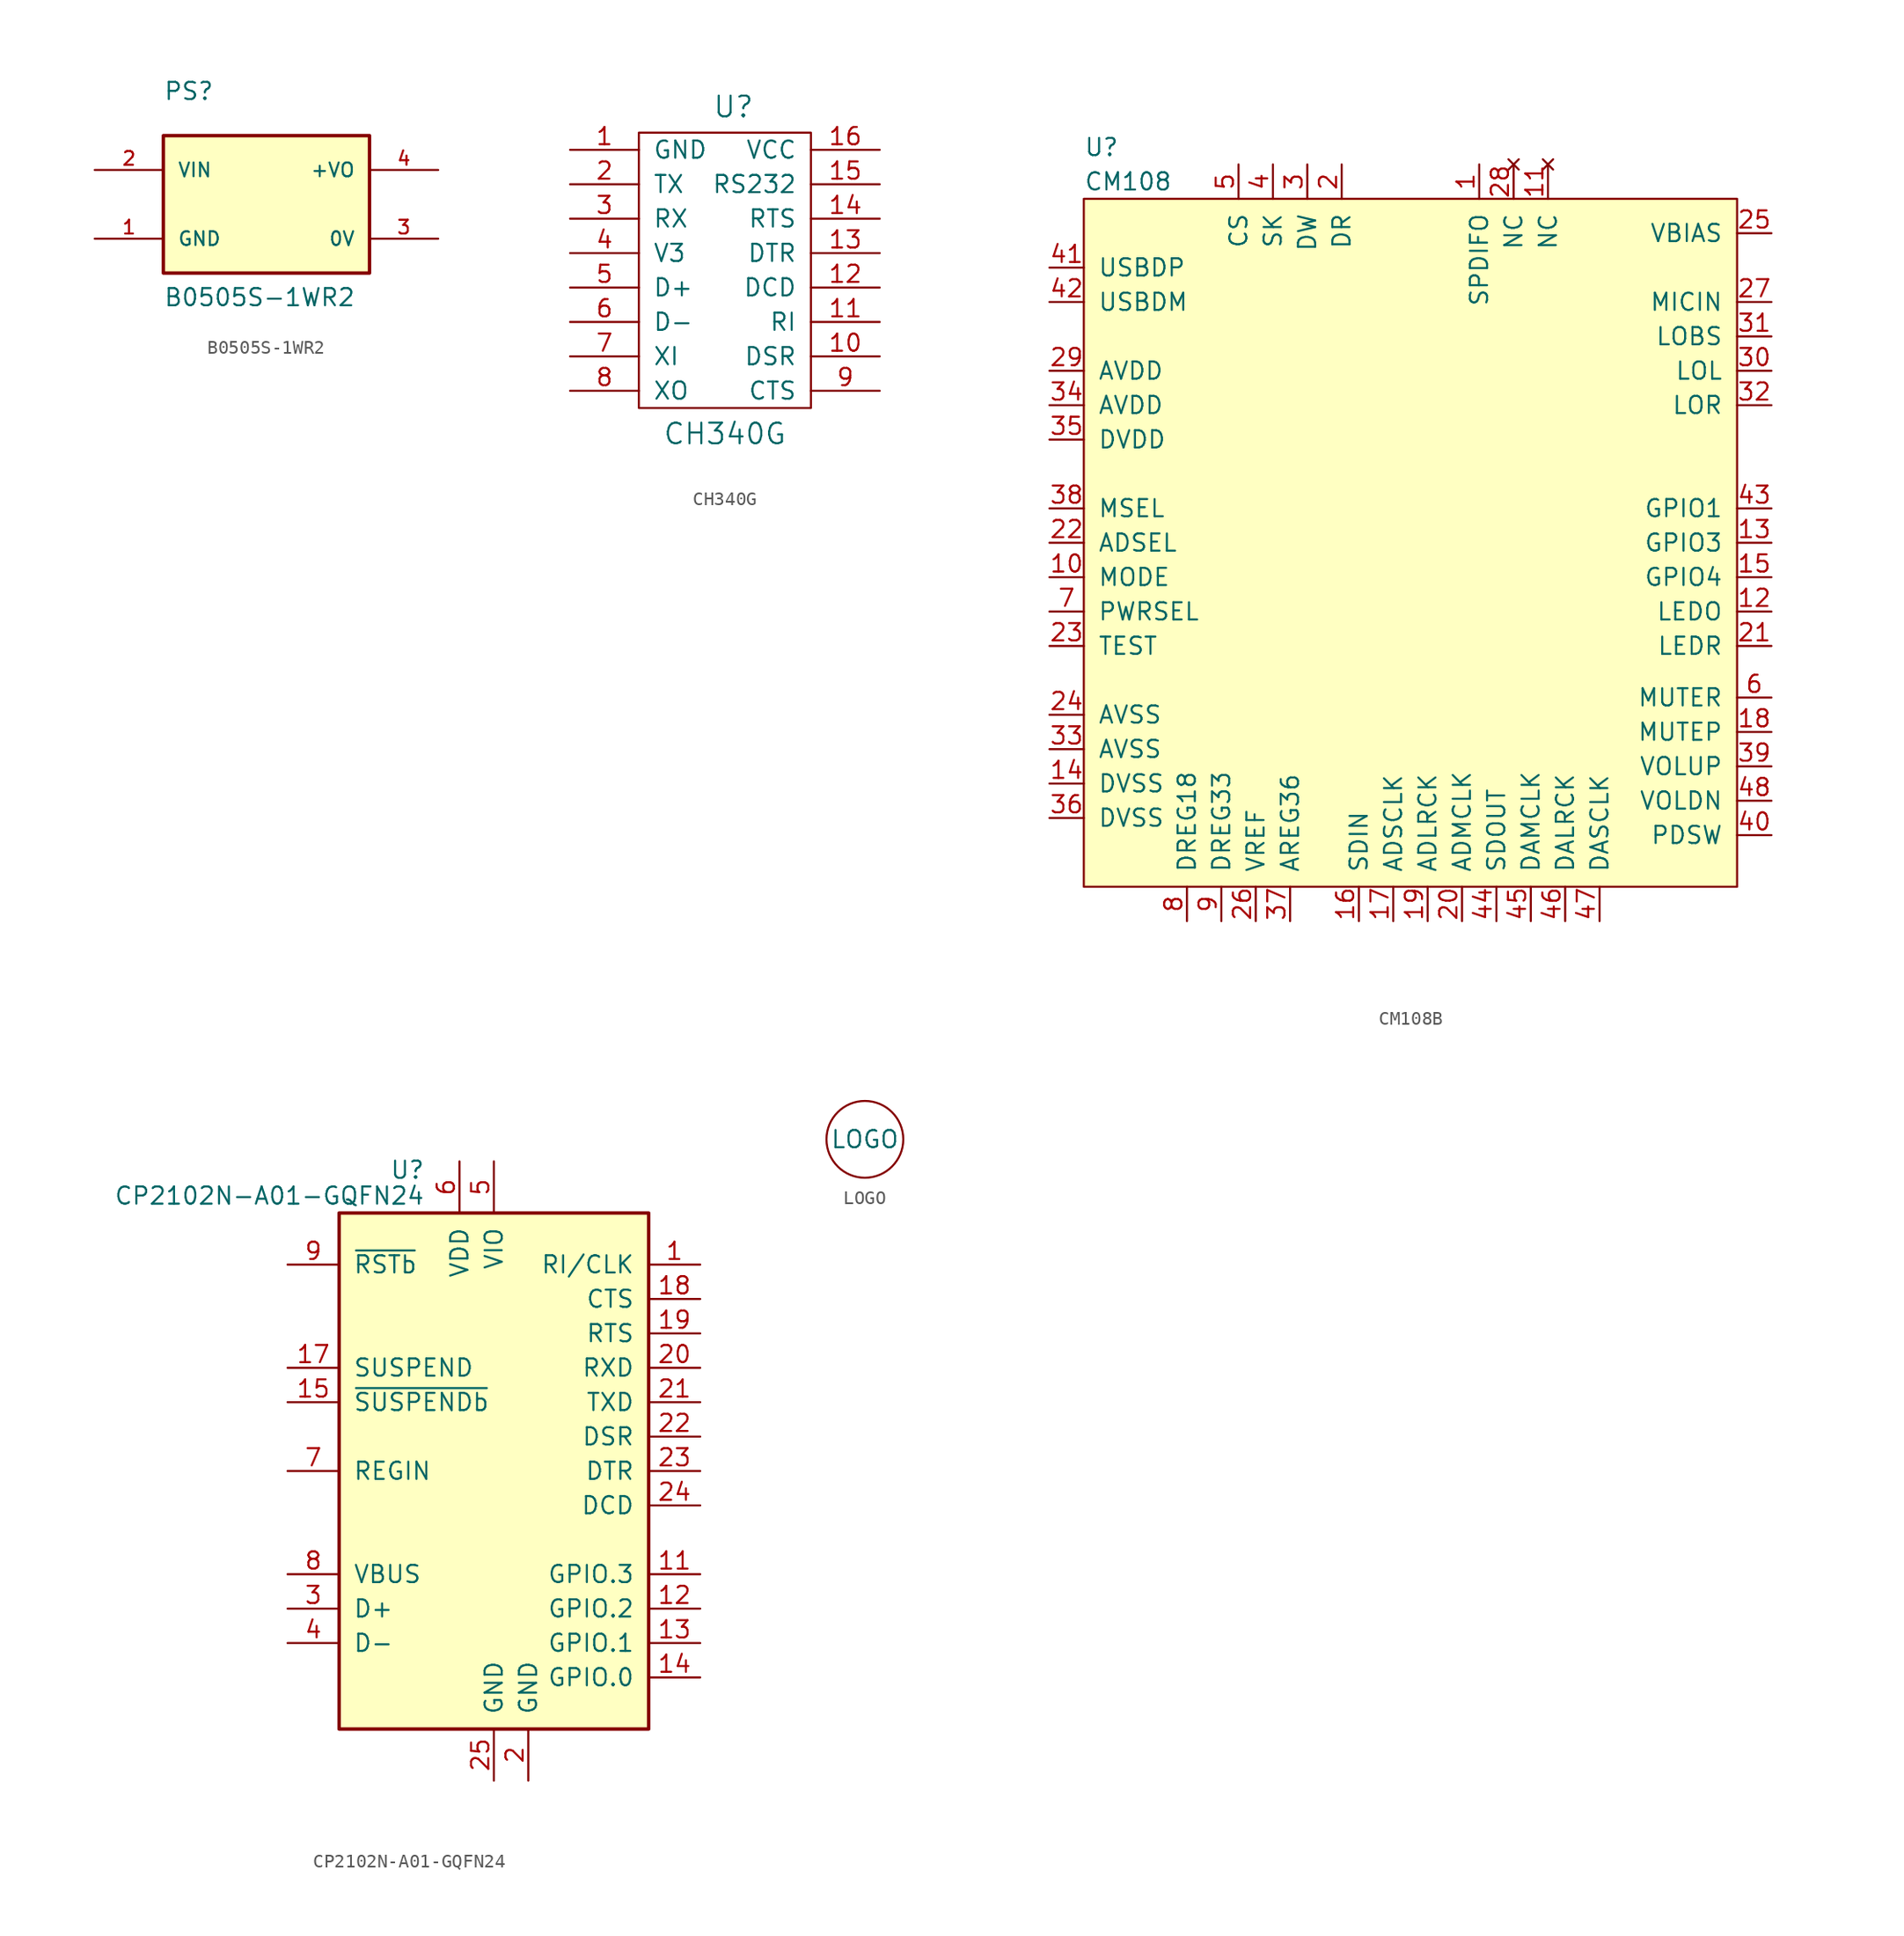
<source format=kicad_sym>
(kicad_symbol_lib
  (version 20220914)
  (generator kicad_symbol_editor)
  (symbol "B0505S-1WR2"
    (pin_names
      (offset 1.016))
    (property "Reference" "PS"
      (at -7.62 7.62 0)
      (effects (font (size 1.27 1.27)) (justify left bottom)))
    (property "Value" "B0505S-1WR2"
      (at -7.62 -7.62 0)
      (effects (font (size 1.27 1.27)) (justify left bottom)))
    (property "ki_locked" ""
      (at 0 0 0)
      (effects (font (size 1.27 1.27))))
    (symbol "B0505S-1WR2_0_0"
      (rectangle (start -7.62 -5.08) (end 7.62 5.08) (stroke (width 0.254) (type default)) (fill (type background)))
      (pin power_in line (at -12.7 -2.54 0) (length 5.08) (name "GND" (effects (font (size 1.016 1.016)))) (number "1" (effects (font (size 1.016 1.016)))))
      (pin input line (at -12.7 2.54 0) (length 5.08) (name "VIN" (effects (font (size 1.016 1.016)))) (number "2" (effects (font (size 1.016 1.016)))))
      (pin power_in line (at 12.7 -2.54 180) (length 5.08) (name "0V" (effects (font (size 1.016 1.016)))) (number "3" (effects (font (size 1.016 1.016)))))
      (pin output line (at 12.7 2.54 180) (length 5.08) (name "+VO" (effects (font (size 1.016 1.016)))) (number "4" (effects (font (size 1.016 1.016)))))))
  (symbol "CH340G"
    (pin_names
      (offset 1.016))
    (property "Reference" "U"
      (at 0.635 12.065 0)
      (effects (font (size 1.524 1.524))))
    (property "Value" "CH340G"
      (at 0 -12.065 0)
      (effects (font (size 1.524 1.524))))
    (property "Footprint" ""
      (at 2.54 -5.08 0)
      (effects (font (size 1.524 1.524))))
    (property "Datasheet" ""
      (at 2.54 -5.08 0)
      (effects (font (size 1.524 1.524))))
    (symbol "CH340G_0_1"
      (rectangle (start -6.35 10.16) (end 6.35 -10.16) (stroke (width 0) (type default)) (fill (type none))))
    (symbol "CH340G_1_1"
      (pin power_in line (at -11.43 8.89 0) (length 5.08) (name "GND" (effects (font (size 1.27 1.27)))) (number "1" (effects (font (size 1.27 1.27)))))
      (pin output line (at 11.43 -6.35 180) (length 5.08) (name "DSR" (effects (font (size 1.27 1.27)))) (number "10" (effects (font (size 1.27 1.27)))))
      (pin output line (at 11.43 -3.81 180) (length 5.08) (name "RI" (effects (font (size 1.27 1.27)))) (number "11" (effects (font (size 1.27 1.27)))))
      (pin output line (at 11.43 -1.27 180) (length 5.08) (name "DCD" (effects (font (size 1.27 1.27)))) (number "12" (effects (font (size 1.27 1.27)))))
      (pin output line (at 11.43 1.27 180) (length 5.08) (name "DTR" (effects (font (size 1.27 1.27)))) (number "13" (effects (font (size 1.27 1.27)))))
      (pin output line (at 11.43 3.81 180) (length 5.08) (name "RTS" (effects (font (size 1.27 1.27)))) (number "14" (effects (font (size 1.27 1.27)))))
      (pin input line (at 11.43 6.35 180) (length 5.08) (name "RS232" (effects (font (size 1.27 1.27)))) (number "15" (effects (font (size 1.27 1.27)))))
      (pin power_in line (at 11.43 8.89 180) (length 5.08) (name "VCC" (effects (font (size 1.27 1.27)))) (number "16" (effects (font (size 1.27 1.27)))))
      (pin output line (at -11.43 6.35 0) (length 5.08) (name "TX" (effects (font (size 1.27 1.27)))) (number "2" (effects (font (size 1.27 1.27)))))
      (pin input line (at -11.43 3.81 0) (length 5.08) (name "RX" (effects (font (size 1.27 1.27)))) (number "3" (effects (font (size 1.27 1.27)))))
      (pin power_in line (at -11.43 1.27 0) (length 5.08) (name "V3" (effects (font (size 1.27 1.27)))) (number "4" (effects (font (size 1.27 1.27)))))
      (pin bidirectional line (at -11.43 -1.27 0) (length 5.08) (name "D+" (effects (font (size 1.27 1.27)))) (number "5" (effects (font (size 1.27 1.27)))))
      (pin bidirectional line (at -11.43 -3.81 0) (length 5.08) (name "D-" (effects (font (size 1.27 1.27)))) (number "6" (effects (font (size 1.27 1.27)))))
      (pin input line (at -11.43 -6.35 0) (length 5.08) (name "XI" (effects (font (size 1.27 1.27)))) (number "7" (effects (font (size 1.27 1.27)))))
      (pin input line (at -11.43 -8.89 0) (length 5.08) (name "XO" (effects (font (size 1.27 1.27)))) (number "8" (effects (font (size 1.27 1.27)))))
      (pin output line (at 11.43 -8.89 180) (length 5.08) (name "CTS" (effects (font (size 1.27 1.27)))) (number "9" (effects (font (size 1.27 1.27)))))))
  (symbol "CM108B"
    (pin_names
      (offset 1.016))
    (property "Reference" "U"
      (at -12.7 1.27 0)
      (effects (font (size 1.27 1.27)) (justify left)))
    (property "Value" "CM108"
      (at -12.7 -1.27 0)
      (effects (font (size 1.27 1.27)) (justify left)))
    (symbol "CM108B_0_0"
      (pin output line (at 16.51 0 270) (length 2.54) (name "SPDIFO" (effects (font (size 1.27 1.27)))) (number "1" (effects (font (size 1.27 1.27)))))
      (pin input line (at -15.24 -30.48 0) (length 2.54) (name "MODE" (effects (font (size 1.27 1.27)))) (number "10" (effects (font (size 1.27 1.27)))))
      (pin output line (at 38.1 -33.02 180) (length 2.54) (name "LEDO" (effects (font (size 1.27 1.27)))) (number "12" (effects (font (size 1.27 1.27)))))
      (pin bidirectional line (at 38.1 -27.94 180) (length 2.54) (name "GPIO3" (effects (font (size 1.27 1.27)))) (number "13" (effects (font (size 1.27 1.27)))))
      (pin power_in line (at -15.24 -45.72 0) (length 2.54) (name "DVSS" (effects (font (size 1.27 1.27)))) (number "14" (effects (font (size 1.27 1.27)))))
      (pin bidirectional line (at 38.1 -30.48 180) (length 2.54) (name "GPIO4" (effects (font (size 1.27 1.27)))) (number "15" (effects (font (size 1.27 1.27)))))
      (pin input line (at 7.62 -55.88 90) (length 2.54) (name "SDIN" (effects (font (size 1.27 1.27)))) (number "16" (effects (font (size 1.27 1.27)))))
      (pin input line (at 38.1 -41.91 180) (length 2.54) (name "MUTEP" (effects (font (size 1.27 1.27)))) (number "18" (effects (font (size 1.27 1.27)))))
      (pin output line (at 6.35 0 270) (length 2.54) (name "DR" (effects (font (size 1.27 1.27)))) (number "2" (effects (font (size 1.27 1.27)))))
      (pin output line (at 38.1 -35.56 180) (length 2.54) (name "LEDR" (effects (font (size 1.27 1.27)))) (number "21" (effects (font (size 1.27 1.27)))))
      (pin input line (at -15.24 -27.94 0) (length 2.54) (name "ADSEL" (effects (font (size 1.27 1.27)))) (number "22" (effects (font (size 1.27 1.27)))))
      (pin input line (at -15.24 -35.56 0) (length 2.54) (name "TEST" (effects (font (size 1.27 1.27)))) (number "23" (effects (font (size 1.27 1.27)))))
      (pin power_in line (at -15.24 -40.64 0) (length 2.54) (name "AVSS" (effects (font (size 1.27 1.27)))) (number "24" (effects (font (size 1.27 1.27)))))
      (pin power_out line (at 38.1 -5.08 180) (length 2.54) (name "VBIAS" (effects (font (size 1.27 1.27)))) (number "25" (effects (font (size 1.27 1.27)))))
      (pin power_out line (at 0 -55.88 90) (length 2.54) (name "VREF" (effects (font (size 1.27 1.27)))) (number "26" (effects (font (size 1.27 1.27)))))
      (pin input line (at 38.1 -10.16 180) (length 2.54) (name "MICIN" (effects (font (size 1.27 1.27)))) (number "27" (effects (font (size 1.27 1.27)))))
      (pin power_in line (at -15.24 -15.24 0) (length 2.54) (name "AVDD" (effects (font (size 1.27 1.27)))) (number "29" (effects (font (size 1.27 1.27)))))
      (pin input line (at 3.81 0 270) (length 2.54) (name "DW" (effects (font (size 1.27 1.27)))) (number "3" (effects (font (size 1.27 1.27)))))
      (pin output line (at 38.1 -15.24 180) (length 2.54) (name "LOL" (effects (font (size 1.27 1.27)))) (number "30" (effects (font (size 1.27 1.27)))))
      (pin power_out line (at 38.1 -12.7 180) (length 2.54) (name "LOBS" (effects (font (size 1.27 1.27)))) (number "31" (effects (font (size 1.27 1.27)))))
      (pin output line (at 38.1 -17.78 180) (length 2.54) (name "LOR" (effects (font (size 1.27 1.27)))) (number "32" (effects (font (size 1.27 1.27)))))
      (pin input line (at -15.24 -43.18 0) (length 2.54) (name "AVSS" (effects (font (size 1.27 1.27)))) (number "33" (effects (font (size 1.27 1.27)))))
      (pin power_in line (at -15.24 -17.78 0) (length 2.54) (name "AVDD" (effects (font (size 1.27 1.27)))) (number "34" (effects (font (size 1.27 1.27)))))
      (pin power_in line (at -15.24 -20.32 0) (length 2.54) (name "DVDD" (effects (font (size 1.27 1.27)))) (number "35" (effects (font (size 1.27 1.27)))))
      (pin power_in line (at -15.24 -48.26 0) (length 2.54) (name "DVSS" (effects (font (size 1.27 1.27)))) (number "36" (effects (font (size 1.27 1.27)))))
      (pin input line (at -15.24 -25.4 0) (length 2.54) (name "MSEL" (effects (font (size 1.27 1.27)))) (number "38" (effects (font (size 1.27 1.27)))))
      (pin input line (at 38.1 -44.45 180) (length 2.54) (name "VOLUP" (effects (font (size 1.27 1.27)))) (number "39" (effects (font (size 1.27 1.27)))))
      (pin input line (at 1.27 0 270) (length 2.54) (name "SK" (effects (font (size 1.27 1.27)))) (number "4" (effects (font (size 1.27 1.27)))))
      (pin input line (at 38.1 -49.53 180) (length 2.54) (name "PDSW" (effects (font (size 1.27 1.27)))) (number "40" (effects (font (size 1.27 1.27)))))
      (pin bidirectional line (at -15.24 -7.62 0) (length 2.54) (name "USBDP" (effects (font (size 1.27 1.27)))) (number "41" (effects (font (size 1.27 1.27)))))
      (pin bidirectional line (at -15.24 -10.16 0) (length 2.54) (name "USBDM" (effects (font (size 1.27 1.27)))) (number "42" (effects (font (size 1.27 1.27)))))
      (pin bidirectional line (at 38.1 -25.4 180) (length 2.54) (name "GPIO1" (effects (font (size 1.27 1.27)))) (number "43" (effects (font (size 1.27 1.27)))))
      (pin output line (at 17.78 -55.88 90) (length 2.54) (name "SDOUT" (effects (font (size 1.27 1.27)))) (number "44" (effects (font (size 1.27 1.27)))))
      (pin output line (at 20.32 -55.88 90) (length 2.54) (name "DAMCLK" (effects (font (size 1.27 1.27)))) (number "45" (effects (font (size 1.27 1.27)))))
      (pin input line (at 22.86 -55.88 90) (length 2.54) (name "DALRCK" (effects (font (size 1.27 1.27)))) (number "46" (effects (font (size 1.27 1.27)))))
      (pin input line (at 25.4 -55.88 90) (length 2.54) (name "DASCLK" (effects (font (size 1.27 1.27)))) (number "47" (effects (font (size 1.27 1.27)))))
      (pin input line (at 38.1 -46.99 180) (length 2.54) (name "VOLDN" (effects (font (size 1.27 1.27)))) (number "48" (effects (font (size 1.27 1.27)))))
      (pin input line (at -1.27 0 270) (length 2.54) (name "CS" (effects (font (size 1.27 1.27)))) (number "5" (effects (font (size 1.27 1.27)))))
      (pin input line (at 38.1 -39.37 180) (length 2.54) (name "MUTER" (effects (font (size 1.27 1.27)))) (number "6" (effects (font (size 1.27 1.27)))))
      (pin input line (at -15.24 -33.02 0) (length 2.54) (name "PWRSEL" (effects (font (size 1.27 1.27)))) (number "7" (effects (font (size 1.27 1.27))))))
    (symbol "CM108B_0_1"
      (rectangle (start -12.7 -2.54) (end 35.56 -53.34) (stroke (width 0) (type default)) (fill (type background))))
    (symbol "CM108B_1_0"
      (pin no_connect line (at 21.59 0 270) (length 2.54) (name "NC" (effects (font (size 1.27 1.27)))) (number "11" (effects (font (size 1.27 1.27)))))
      (pin input line (at 10.16 -55.88 90) (length 2.54) (name "ADSCLK" (effects (font (size 1.27 1.27)))) (number "17" (effects (font (size 1.27 1.27)))))
      (pin input line (at 12.7 -55.88 90) (length 2.54) (name "ADLRCK" (effects (font (size 1.27 1.27)))) (number "19" (effects (font (size 1.27 1.27)))))
      (pin output line (at 15.24 -55.88 90) (length 2.54) (name "ADMCLK" (effects (font (size 1.27 1.27)))) (number "20" (effects (font (size 1.27 1.27)))))
      (pin no_connect line (at 19.05 0 270) (length 2.54) (name "NC" (effects (font (size 1.27 1.27)))) (number "28" (effects (font (size 1.27 1.27)))))
      (pin power_in line (at 2.54 -55.88 90) (length 2.54) (name "AREG36" (effects (font (size 1.27 1.27)))) (number "37" (effects (font (size 1.27 1.27)))))
      (pin power_out line (at -5.08 -55.88 90) (length 2.54) (name "DREG18" (effects (font (size 1.27 1.27)))) (number "8" (effects (font (size 1.27 1.27)))))
      (pin power_out line (at -2.54 -55.88 90) (length 2.54) (name "DREG33" (effects (font (size 1.27 1.27)))) (number "9" (effects (font (size 1.27 1.27)))))))
  (symbol "CP2102N-A01-GQFN24"
    (pin_names
      (offset 1.016))
    (property "Reference" "U"
      (at -5.08 22.225 0)
      (effects (font (size 1.27 1.27)) (justify right)))
    (property "Value" "CP2102N-A01-GQFN24"
      (at -5.08 20.32 0)
      (effects (font (size 1.27 1.27)) (justify right)))
    (symbol "CP2102N-A01-GQFN24_0_1"
      (rectangle (start -11.43 19.05) (end 11.43 -19.05) (stroke (width 0.254) (type default)) (fill (type background))))
    (symbol "CP2102N-A01-GQFN24_1_1"
      (pin bidirectional line (at 15.24 15.24 180) (length 3.81) (name "RI/CLK" (effects (font (size 1.27 1.27)))) (number "1" (effects (font (size 1.27 1.27)))))
      (pin no_connect line (at 10.16 -22.86 90) (length 3.81) hide (name "NC" (effects (font (size 1.27 1.27)))) (number "10" (effects (font (size 1.27 1.27)))))
      (pin bidirectional line (at 15.24 -7.62 180) (length 3.81) (name "GPIO.3" (effects (font (size 1.27 1.27)))) (number "11" (effects (font (size 1.27 1.27)))))
      (pin bidirectional line (at 15.24 -10.16 180) (length 3.81) (name "GPIO.2" (effects (font (size 1.27 1.27)))) (number "12" (effects (font (size 1.27 1.27)))))
      (pin bidirectional line (at 15.24 -12.7 180) (length 3.81) (name "GPIO.1" (effects (font (size 1.27 1.27)))) (number "13" (effects (font (size 1.27 1.27)))))
      (pin bidirectional line (at 15.24 -15.24 180) (length 3.81) (name "GPIO.0" (effects (font (size 1.27 1.27)))) (number "14" (effects (font (size 1.27 1.27)))))
      (pin output line (at -15.24 5.08 0) (length 3.81) (name "~{SUSPENDb}" (effects (font (size 1.27 1.27)))) (number "15" (effects (font (size 1.27 1.27)))))
      (pin no_connect line (at 7.62 -22.86 90) (length 3.81) hide (name "NC" (effects (font (size 1.27 1.27)))) (number "16" (effects (font (size 1.27 1.27)))))
      (pin output line (at -15.24 7.62 0) (length 3.81) (name "SUSPEND" (effects (font (size 1.27 1.27)))) (number "17" (effects (font (size 1.27 1.27)))))
      (pin input line (at 15.24 12.7 180) (length 3.81) (name "CTS" (effects (font (size 1.27 1.27)))) (number "18" (effects (font (size 1.27 1.27)))))
      (pin output line (at 15.24 10.16 180) (length 3.81) (name "RTS" (effects (font (size 1.27 1.27)))) (number "19" (effects (font (size 1.27 1.27)))))
      (pin power_in line (at 2.54 -22.86 90) (length 3.81) (name "GND" (effects (font (size 1.27 1.27)))) (number "2" (effects (font (size 1.27 1.27)))))
      (pin input line (at 15.24 7.62 180) (length 3.81) (name "RXD" (effects (font (size 1.27 1.27)))) (number "20" (effects (font (size 1.27 1.27)))))
      (pin output line (at 15.24 5.08 180) (length 3.81) (name "TXD" (effects (font (size 1.27 1.27)))) (number "21" (effects (font (size 1.27 1.27)))))
      (pin input line (at 15.24 2.54 180) (length 3.81) (name "DSR" (effects (font (size 1.27 1.27)))) (number "22" (effects (font (size 1.27 1.27)))))
      (pin output line (at 15.24 0 180) (length 3.81) (name "DTR" (effects (font (size 1.27 1.27)))) (number "23" (effects (font (size 1.27 1.27)))))
      (pin input line (at 15.24 -2.54 180) (length 3.81) (name "DCD" (effects (font (size 1.27 1.27)))) (number "24" (effects (font (size 1.27 1.27)))))
      (pin power_in line (at 0 -22.86 90) (length 3.81) (name "GND" (effects (font (size 1.27 1.27)))) (number "25" (effects (font (size 1.27 1.27)))))
      (pin bidirectional line (at -15.24 -10.16 0) (length 3.81) (name "D+" (effects (font (size 1.27 1.27)))) (number "3" (effects (font (size 1.27 1.27)))))
      (pin bidirectional line (at -15.24 -12.7 0) (length 3.81) (name "D-" (effects (font (size 1.27 1.27)))) (number "4" (effects (font (size 1.27 1.27)))))
      (pin power_in line (at 0 22.86 270) (length 3.81) (name "VIO" (effects (font (size 1.27 1.27)))) (number "5" (effects (font (size 1.27 1.27)))))
      (pin power_out line (at -2.54 22.86 270) (length 3.81) (name "VDD" (effects (font (size 1.27 1.27)))) (number "6" (effects (font (size 1.27 1.27)))))
      (pin power_in line (at -15.24 0 0) (length 3.81) (name "REGIN" (effects (font (size 1.27 1.27)))) (number "7" (effects (font (size 1.27 1.27)))))
      (pin input line (at -15.24 -7.62 0) (length 3.81) (name "VBUS" (effects (font (size 1.27 1.27)))) (number "8" (effects (font (size 1.27 1.27)))))
      (pin input line (at -15.24 15.24 0) (length 3.81) (name "~{RSTb}" (effects (font (size 1.27 1.27)))) (number "9" (effects (font (size 1.27 1.27)))))))
  (symbol "LOGO"
    (pin_names
      (offset 1.016))
    (property "Reference" "L"
      (at 0 -1.27 0)
      (effects (font (size 1.27 1.27)) hide))
    (property "Value" "LOGO"
      (at 0 0 0)
      (effects (font (size 1.27 1.27))))
    (symbol "LOGO_0_1"
      (circle (center 0 0) (radius 2.845) (stroke (width 0) (type default)) (fill (type none))))))
</source>
